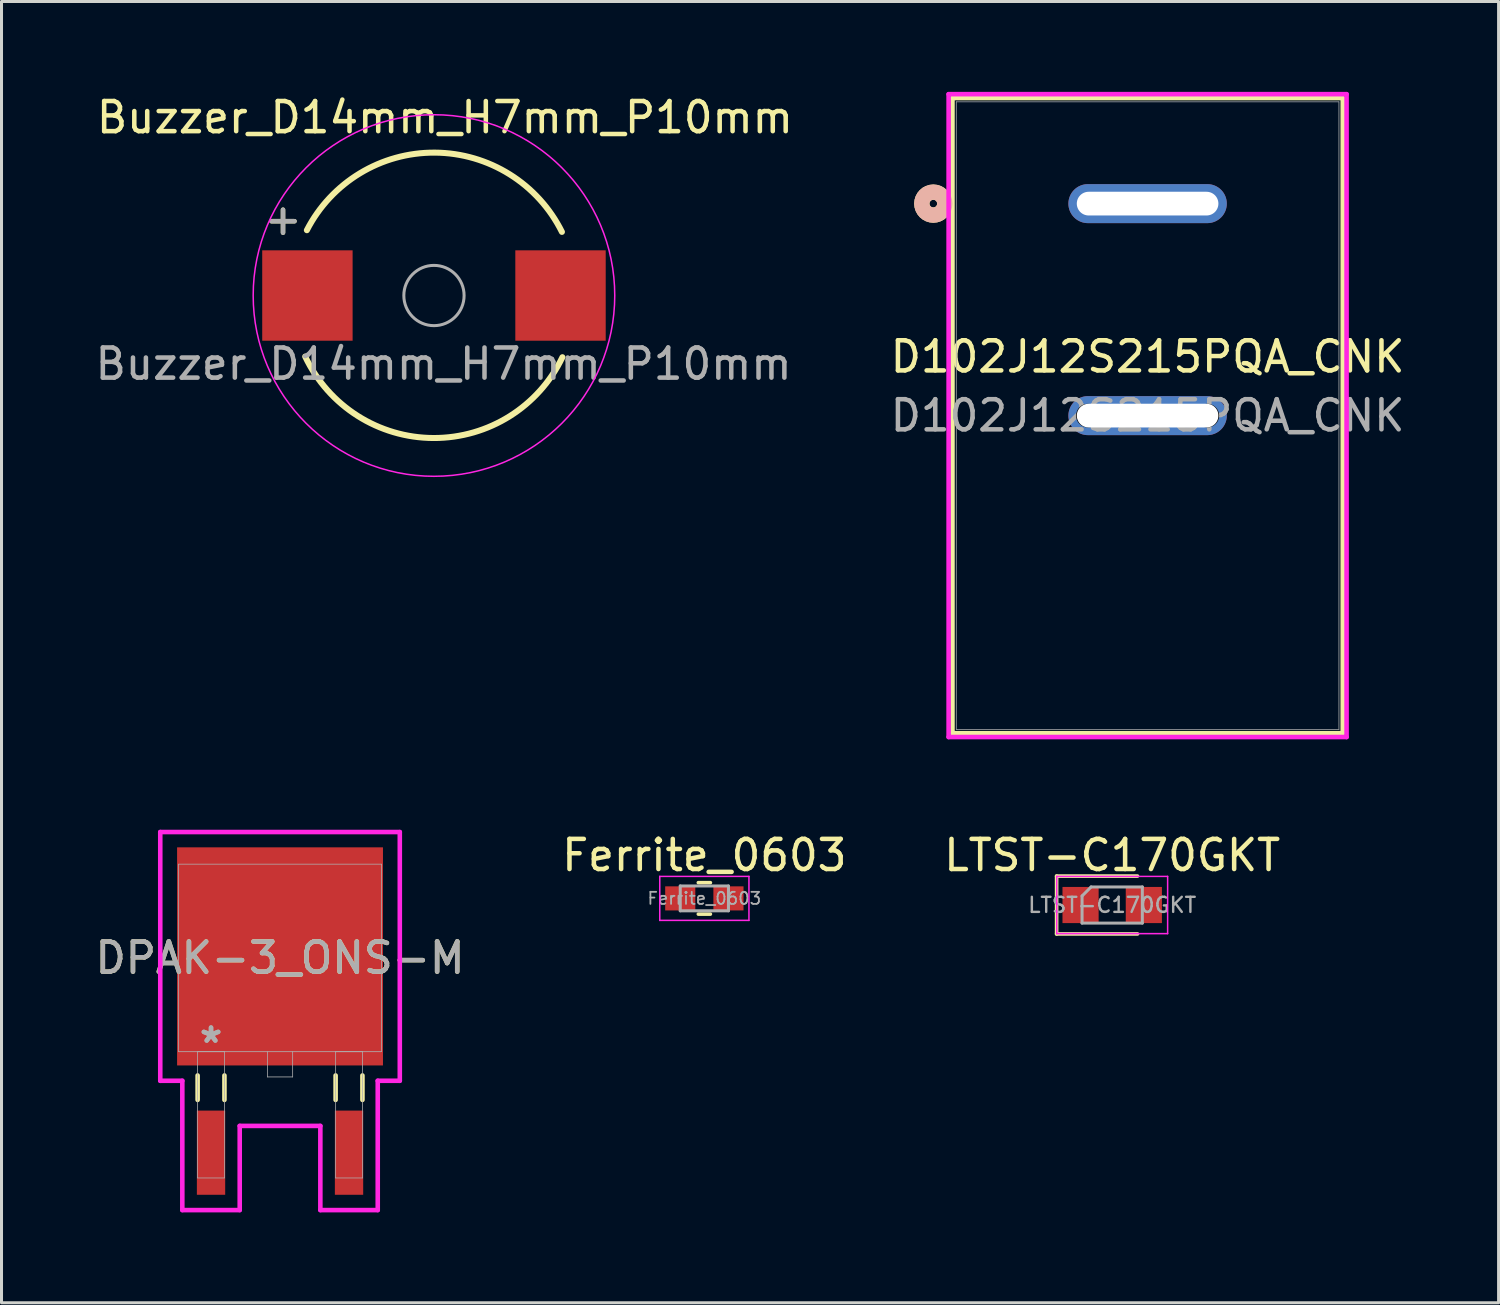
<source format=kicad_pcb>
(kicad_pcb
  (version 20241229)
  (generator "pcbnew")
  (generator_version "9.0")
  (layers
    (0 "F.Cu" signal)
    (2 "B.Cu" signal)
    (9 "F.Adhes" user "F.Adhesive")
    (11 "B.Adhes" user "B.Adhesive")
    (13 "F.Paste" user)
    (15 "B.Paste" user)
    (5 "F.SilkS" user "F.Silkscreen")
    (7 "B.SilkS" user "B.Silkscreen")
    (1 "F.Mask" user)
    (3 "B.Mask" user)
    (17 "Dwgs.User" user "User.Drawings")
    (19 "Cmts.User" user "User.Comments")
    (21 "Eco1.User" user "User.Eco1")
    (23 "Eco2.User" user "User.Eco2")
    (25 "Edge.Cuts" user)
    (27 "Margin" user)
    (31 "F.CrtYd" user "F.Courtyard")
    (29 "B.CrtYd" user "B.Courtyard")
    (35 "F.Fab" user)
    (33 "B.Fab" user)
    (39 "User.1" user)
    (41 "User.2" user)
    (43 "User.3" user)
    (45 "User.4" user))
  (footprint "D102J12S215PQA_CNK"
    (layer "F.Cu")
    (at 35.038 3.708)
    (property "Reference" "D102J12S215PQA_CNK" (at 0 5.08 0) (unlocked yes) (layer "F.SilkS") (effects (font (size 1 1) (thickness 0.15))))
    (attr through_hole)
    (fp_line (start -6.477 -3.505) (end -6.477 17.577) (stroke (width 0.152) (type solid)) (layer "F.SilkS"))
    (fp_line (start -6.477 17.577) (end 6.477 17.577) (stroke (width 0.152) (type solid)) (layer "F.SilkS"))
    (fp_line (start 6.477 -3.505) (end -6.477 -3.505) (stroke (width 0.152) (type solid)) (layer "F.SilkS"))
    (fp_line (start 6.477 17.577) (end 6.477 -3.505) (stroke (width 0.152) (type solid)) (layer "F.SilkS"))
    (fp_circle (center -7.112 0) (end -6.731 0) (stroke (width 0.508) (type solid)) (fill no) (layer "F.SilkS"))
    (fp_circle (center -7.112 0) (end -6.731 0) (stroke (width 0.508) (type solid)) (fill no) (layer "B.SilkS"))
    (fp_line (start -6.604 -3.632) (end -6.604 17.704) (stroke (width 0.152) (type solid)) (layer "F.CrtYd"))
    (fp_line (start -6.604 17.704) (end 6.604 17.704) (stroke (width 0.152) (type solid)) (layer "F.CrtYd"))
    (fp_line (start 6.604 -3.632) (end -6.604 -3.632) (stroke (width 0.152) (type solid)) (layer "F.CrtYd"))
    (fp_line (start 6.604 17.704) (end 6.604 -3.632) (stroke (width 0.152) (type solid)) (layer "F.CrtYd"))
    (fp_line (start -6.35 -3.378) (end -6.35 17.45) (stroke (width 0.025) (type solid)) (layer "F.Fab"))
    (fp_line (start -6.35 17.45) (end 6.35 17.45) (stroke (width 0.025) (type solid)) (layer "F.Fab"))
    (fp_line (start 6.35 -3.378) (end -6.35 -3.378) (stroke (width 0.025) (type solid)) (layer "F.Fab"))
    (fp_line (start 6.35 17.45) (end 6.35 -3.378) (stroke (width 0.025) (type solid)) (layer "F.Fab"))
    (fp_text user "${REFERENCE}" (at 0 7.036 0) (unlocked yes) (layer "F.Fab") (effects (font (size 1 1) (thickness 0.15))))
    (pad "" np_thru_hole circle (at -1.981 7.036) (size 0.787 0.787) (drill 0.787) (layers))
    (pad "" np_thru_hole circle (at 1.981 7.036) (size 0.787 0.787) (drill 0.787) (layers))
    (pad "1" thru_hole oval (at 0 0) (size 5.258 1.295) (drill oval 4.7 0.787) (layers "*.Cu" "*.Mask" "B.Adhes"))
    (pad "2" thru_hole oval (at 0 7.036) (size 5.258 1.295) (drill oval 4.7 0.787) (layers "*.Cu" "*.Mask")))
  (footprint "LTST-C170GKT"
    (layer "F.Cu")
    (at 33.863 26.987)
    (property "Reference" "LTST-C170GKT" (at 0 -1.65 0) (layer "F.SilkS") (effects (font (size 1 1) (thickness 0.15))))
    (attr smd)
    (fp_line (start -1.845 -0.96) (end -1.845 0.96) (stroke (width 0.12) (type solid)) (layer "F.SilkS"))
    (fp_line (start -1.845 0.96) (end 0.84 0.96) (stroke (width 0.12) (type solid)) (layer "F.SilkS"))
    (fp_line (start 0.84 -0.96) (end -1.845 -0.96) (stroke (width 0.12) (type solid)) (layer "F.SilkS"))
    (fp_line (start -1.84 -0.95) (end 1.84 -0.95) (stroke (width 0.05) (type solid)) (layer "F.CrtYd"))
    (fp_line (start -1.84 0.95) (end -1.84 -0.95) (stroke (width 0.05) (type solid)) (layer "F.CrtYd"))
    (fp_line (start 1.84 -0.95) (end 1.84 0.95) (stroke (width 0.05) (type solid)) (layer "F.CrtYd"))
    (fp_line (start 1.84 0.95) (end -1.84 0.95) (stroke (width 0.05) (type solid)) (layer "F.CrtYd"))
    (fp_line (start -1 -0.3) (end -1 0.6) (stroke (width 0.1) (type solid)) (layer "F.Fab"))
    (fp_line (start -1 0.6) (end 1 0.6) (stroke (width 0.1) (type solid)) (layer "F.Fab"))
    (fp_line (start -0.7 -0.6) (end -1 -0.3) (stroke (width 0.1) (type solid)) (layer "F.Fab"))
    (fp_line (start 1 -0.6) (end -0.7 -0.6) (stroke (width 0.1) (type solid)) (layer "F.Fab"))
    (fp_line (start 1 0.6) (end 1 -0.6) (stroke (width 0.1) (type solid)) (layer "F.Fab"))
    (fp_text user "${REFERENCE}" (at 0 0 0) (layer "F.Fab") (effects (font (size 0.5 0.5) (thickness 0.08))))
    (pad "1" smd rect (at -1.05 0) (size 1.2 1.2) (layers "F.Cu" "F.Mask" "F.Paste"))
    (pad "2" smd rect (at 1.05 0) (size 1.2 1.2) (layers "F.Cu" "F.Mask" "F.Paste")))
  (footprint "Ferrite_0603"
    (layer "F.Cu")
    (at 20.327 26.767)
    (property "Reference" "Ferrite_0603" (at 0 -1.43 0) (layer "F.SilkS") (effects (font (size 1 1) (thickness 0.15))))
    (attr smd)
    (fp_line (start -0.2 -0.522) (end 0.2 -0.522) (stroke (width 0.12) (type solid)) (layer "F.SilkS"))
    (fp_line (start -0.2 0.522) (end 0.2 0.522) (stroke (width 0.12) (type solid)) (layer "F.SilkS"))
    (fp_line (start -1.48 -0.73) (end 1.48 -0.73) (stroke (width 0.05) (type solid)) (layer "F.CrtYd"))
    (fp_line (start -1.48 0.73) (end -1.48 -0.73) (stroke (width 0.05) (type solid)) (layer "F.CrtYd"))
    (fp_line (start 1.48 -0.73) (end 1.48 0.73) (stroke (width 0.05) (type solid)) (layer "F.CrtYd"))
    (fp_line (start 1.48 0.73) (end -1.48 0.73) (stroke (width 0.05) (type solid)) (layer "F.CrtYd"))
    (fp_line (start -0.8 -0.412) (end 0.8 -0.412) (stroke (width 0.1) (type solid)) (layer "F.Fab"))
    (fp_line (start -0.8 0.412) (end -0.8 -0.412) (stroke (width 0.1) (type solid)) (layer "F.Fab"))
    (fp_line (start 0.8 -0.412) (end 0.8 0.412) (stroke (width 0.1) (type solid)) (layer "F.Fab"))
    (fp_line (start 0.8 0.412) (end -0.8 0.412) (stroke (width 0.1) (type solid)) (layer "F.Fab"))
    (fp_text user "${REFERENCE}" (at 0 0 0) (layer "F.Fab") (effects (font (size 0.4 0.4) (thickness 0.06))))
    (pad "1" smd rect (at -0.8 0) (size 1 0.8) (layers "F.Cu" "F.Mask" "F.Paste"))
    (pad "2" smd rect (at 0.8 0) (size 1 0.8) (layers "F.Cu" "F.Mask" "F.Paste")))
  (footprint "DPAK-3_ONS-M"
    (layer "F.Cu")
    (at 6.244 28.743)
    (property "Reference" "DPAK-3_ONS-M" (at 0 0 0) (unlocked yes) (layer "F.SilkS") (effects (font (size 1 1) (thickness 0.15))))
    (attr smd)
    (fp_line (start -2.735 3.901) (end -2.735 4.712) (stroke (width 0.152) (type solid)) (layer "F.SilkS"))
    (fp_line (start -1.845 3.901) (end -1.845 4.712) (stroke (width 0.152) (type solid)) (layer "F.SilkS"))
    (fp_line (start 1.845 3.901) (end 1.845 4.712) (stroke (width 0.152) (type solid)) (layer "F.SilkS"))
    (fp_line (start 2.735 3.901) (end 2.735 4.712) (stroke (width 0.152) (type solid)) (layer "F.SilkS"))
    (fp_line (start -3.975 -4.178) (end 3.975 -4.178) (stroke (width 0.152) (type solid)) (layer "F.CrtYd"))
    (fp_line (start -3.975 4.077) (end -3.975 -4.178) (stroke (width 0.152) (type solid)) (layer "F.CrtYd"))
    (fp_line (start -3.243 4.077) (end -3.975 4.077) (stroke (width 0.152) (type solid)) (layer "F.CrtYd"))
    (fp_line (start -3.243 8.369) (end -3.243 4.077) (stroke (width 0.152) (type solid)) (layer "F.CrtYd"))
    (fp_line (start -1.338 5.575) (end -1.338 8.369) (stroke (width 0.152) (type solid)) (layer "F.CrtYd"))
    (fp_line (start -1.338 8.369) (end -3.243 8.369) (stroke (width 0.152) (type solid)) (layer "F.CrtYd"))
    (fp_line (start 1.338 5.575) (end -1.338 5.575) (stroke (width 0.152) (type solid)) (layer "F.CrtYd"))
    (fp_line (start 1.338 8.369) (end 1.338 5.575) (stroke (width 0.152) (type solid)) (layer "F.CrtYd"))
    (fp_line (start 3.243 4.077) (end 3.243 8.369) (stroke (width 0.152) (type solid)) (layer "F.CrtYd"))
    (fp_line (start 3.243 8.369) (end 1.338 8.369) (stroke (width 0.152) (type solid)) (layer "F.CrtYd"))
    (fp_line (start 3.975 -4.178) (end 3.975 4.077) (stroke (width 0.152) (type solid)) (layer "F.CrtYd"))
    (fp_line (start 3.975 4.077) (end 3.243 4.077) (stroke (width 0.152) (type solid)) (layer "F.CrtYd"))
    (fp_line (start -3.365 -3.111) (end -3.365 3.111) (stroke (width 0.025) (type solid)) (layer "F.Fab"))
    (fp_line (start -3.365 3.111) (end 3.365 3.111) (stroke (width 0.025) (type solid)) (layer "F.Fab"))
    (fp_line (start -2.735 3.111) (end -2.735 7.303) (stroke (width 0.025) (type solid)) (layer "F.Fab"))
    (fp_line (start -2.735 7.303) (end -1.846 7.303) (stroke (width 0.025) (type solid)) (layer "F.Fab"))
    (fp_line (start -1.846 3.111) (end -2.735 3.111) (stroke (width 0.025) (type solid)) (layer "F.Fab"))
    (fp_line (start -1.846 7.303) (end -1.846 3.111) (stroke (width 0.025) (type solid)) (layer "F.Fab"))
    (fp_line (start -0.419 3.111) (end -0.419 3.95) (stroke (width 0.025) (type solid)) (layer "F.Fab"))
    (fp_line (start -0.419 3.95) (end 0.419 3.95) (stroke (width 0.025) (type solid)) (layer "F.Fab"))
    (fp_line (start 0.419 3.95) (end 0.419 3.111) (stroke (width 0.025) (type solid)) (layer "F.Fab"))
    (fp_line (start 1.846 3.111) (end 1.846 7.303) (stroke (width 0.025) (type solid)) (layer "F.Fab"))
    (fp_line (start 1.846 7.303) (end 2.735 7.303) (stroke (width 0.025) (type solid)) (layer "F.Fab"))
    (fp_line (start 2.735 3.111) (end 1.846 3.111) (stroke (width 0.025) (type solid)) (layer "F.Fab"))
    (fp_line (start 2.735 7.303) (end 2.735 3.111) (stroke (width 0.025) (type solid)) (layer "F.Fab"))
    (fp_line (start 3.365 -3.111) (end -3.365 -3.111) (stroke (width 0.025) (type solid)) (layer "F.Fab"))
    (fp_line (start 3.365 3.111) (end 3.365 -3.111) (stroke (width 0.025) (type solid)) (layer "F.Fab"))
    (fp_text user "*" (at -2.29 2.857 0) (layer "F.Fab") (effects (font (size 1 1) (thickness 0.15))))
    (fp_text user "*" (at -2.29 2.857 0) (unlocked yes) (layer "F.Fab") (effects (font (size 1 1) (thickness 0.15))))
    (fp_text user "${REFERENCE}" (at 0 0 0) (unlocked yes) (layer "F.Fab") (effects (font (size 1 1) (thickness 0.15))))
    (pad "1" smd rect (at -2.29 6.464) (size 0.94 2.794) (layers "F.Cu" "F.Mask" "F.Paste"))
    (pad "2" smd rect (at 0 -0.051) (size 6.833 7.239) (layers "F.Cu" "F.Mask" "F.Paste"))
    (pad "3" smd rect (at 2.29 6.464) (size 0.94 2.794) (layers "F.Cu" "F.Mask" "F.Paste")))
  (footprint "Buzzer_D14mm_H7mm_P10mm"
    (layer "F.Cu")
    (at 11.353 6.758)
    (property "Reference" "Buzzer_D14mm_H7mm_P10mm" (at 0.364 -5.91 0) (layer "F.SilkS") (effects (font (size 1 1) (thickness 0.15))))
    (attr through_hole)
    (fp_arc (start -4.218433 -2.167824) (mid 0.031599 -4.742746) (end 4.246944 -2.111422) (stroke (width 0.2) (type default)) (layer "F.SilkS"))
    (fp_arc (start 4.263213 2.047877) (mid -0.012006 4.72955) (end -4.273555 2.026207) (stroke (width 0.2) (type default)) (layer "F.SilkS"))
    (fp_circle (center 0 0) (end 6 0) (stroke (width 0.05) (type solid)) (fill no) (layer "F.CrtYd"))
    (fp_circle (center 0 0) (end 1 0) (stroke (width 0.1) (type solid)) (fill no) (layer "F.Fab"))
    (fp_text user "+" (at -5.01 -2.54 0) (layer "F.SilkS") (effects (font (size 1 1) (thickness 0.15))))
    (fp_text user "+" (at -5.01 -2.54 0) (layer "F.Fab") (effects (font (size 1 1) (thickness 0.15))))
    (fp_text user "${REFERENCE}" (at 0.32 2.27 0) (layer "F.Fab") (effects (font (size 1 1) (thickness 0.15))))
    (pad "1" smd rect (at -4.2 0) (size 3 3) (layers "F.Cu" "F.Mask" "F.Paste"))
    (pad "2" smd rect (at 4.2 0) (size 3 3) (layers "F.Cu" "F.Mask" "F.Paste")))
  (gr_rect
    (start -3 -3)
    (end 46.687 40.188)
    (stroke (width 0.1) (type default))
    (fill no)
    (layer "Edge.Cuts")))
</source>
